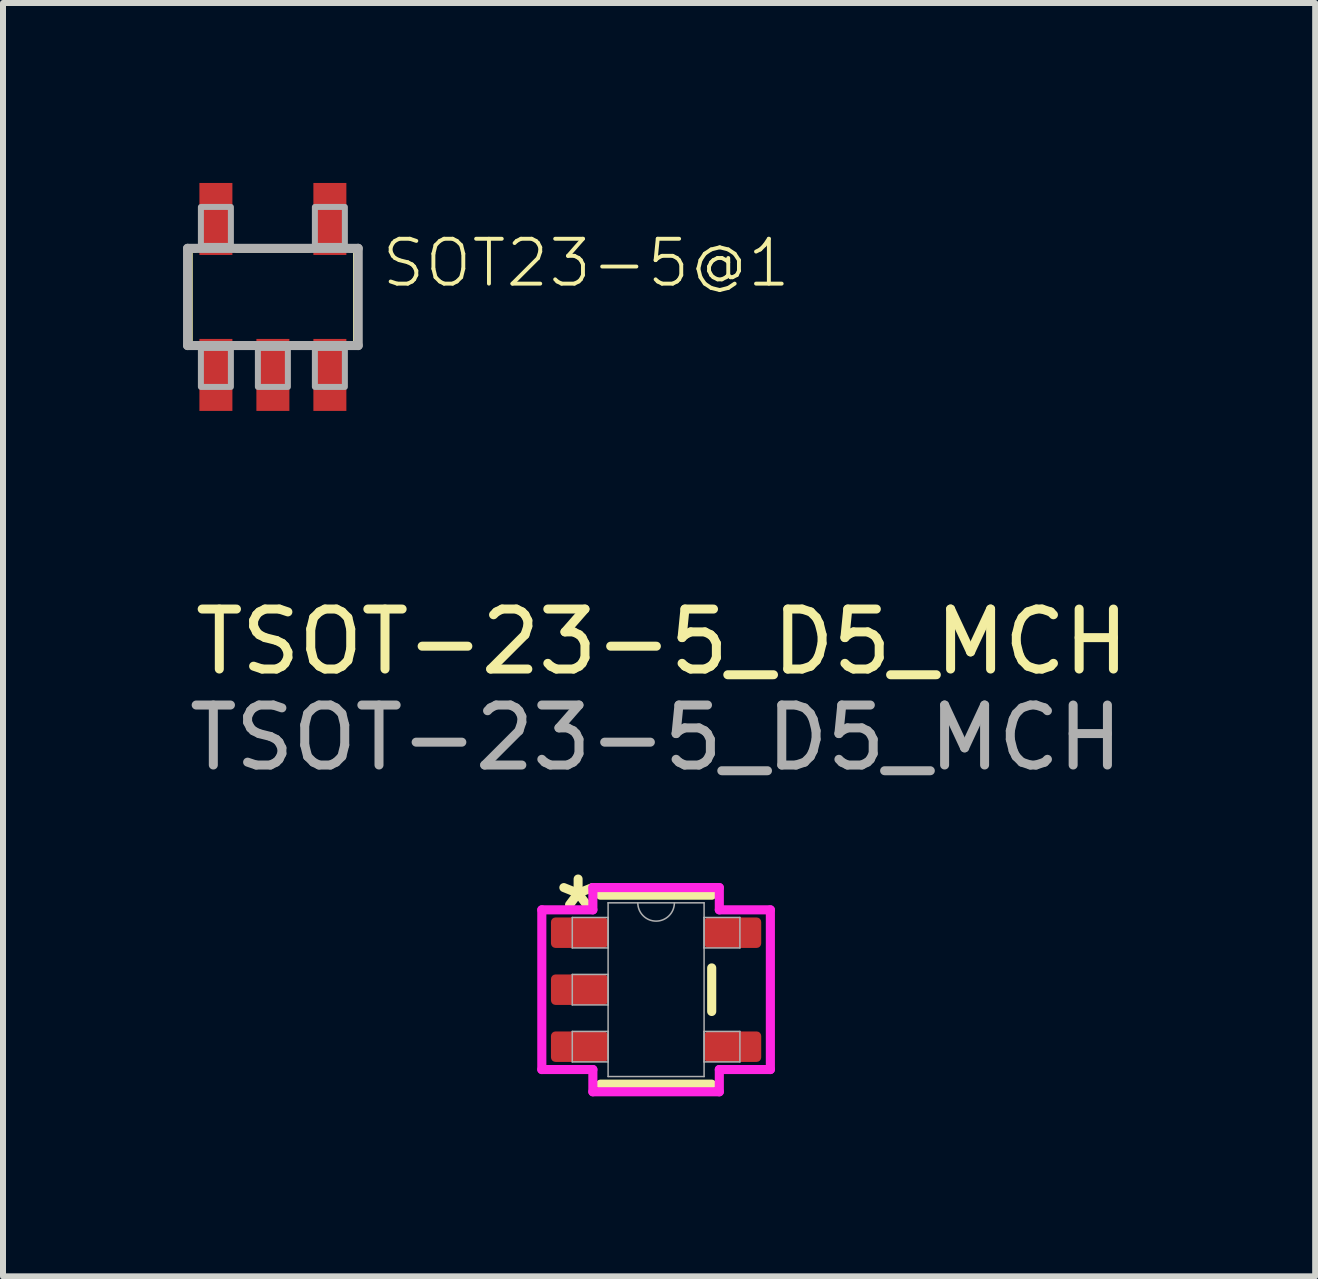
<source format=kicad_pcb>
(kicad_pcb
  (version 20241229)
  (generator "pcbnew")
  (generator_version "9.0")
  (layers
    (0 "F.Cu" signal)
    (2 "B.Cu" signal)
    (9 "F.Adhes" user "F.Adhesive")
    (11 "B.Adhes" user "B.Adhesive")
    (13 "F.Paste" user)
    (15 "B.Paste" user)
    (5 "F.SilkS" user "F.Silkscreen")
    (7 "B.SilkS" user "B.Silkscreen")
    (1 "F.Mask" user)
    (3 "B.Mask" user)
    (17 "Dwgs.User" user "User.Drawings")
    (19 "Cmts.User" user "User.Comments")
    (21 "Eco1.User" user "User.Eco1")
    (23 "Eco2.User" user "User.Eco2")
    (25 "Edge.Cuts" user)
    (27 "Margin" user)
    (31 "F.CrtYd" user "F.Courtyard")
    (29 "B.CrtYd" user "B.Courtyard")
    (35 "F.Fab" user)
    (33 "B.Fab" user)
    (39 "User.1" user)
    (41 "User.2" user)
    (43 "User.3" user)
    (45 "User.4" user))
  (footprint "TSOT-23-5_D5_MCH"
    (layer "F.Cu")
    (at 7.887 13.448)
    (property "Reference" "TSOT-23-5_D5_MCH" (at 0.1 -5.8 0) (unlocked yes) (layer "F.SilkS") (effects (font (size 1 1) (thickness 0.15))))
    (attr smd)
    (fp_line (start -0.927 1.575) (end 0.927 1.575) (stroke (width 0.152) (type solid)) (layer "F.SilkS"))
    (fp_line (start 0.927 -1.575) (end -0.927 -1.575) (stroke (width 0.152) (type solid)) (layer "F.SilkS"))
    (fp_line (start 0.927 0.363) (end 0.927 -0.363) (stroke (width 0.152) (type solid)) (layer "F.SilkS"))
    (fp_line (start -1.905 -1.331) (end -1.054 -1.331) (stroke (width 0.152) (type solid)) (layer "F.CrtYd"))
    (fp_line (start -1.905 1.331) (end -1.905 -1.331) (stroke (width 0.152) (type solid)) (layer "F.CrtYd"))
    (fp_line (start -1.054 -1.702) (end 1.054 -1.702) (stroke (width 0.152) (type solid)) (layer "F.CrtYd"))
    (fp_line (start -1.054 -1.331) (end -1.054 -1.702) (stroke (width 0.152) (type solid)) (layer "F.CrtYd"))
    (fp_line (start -1.054 1.331) (end -1.905 1.331) (stroke (width 0.152) (type solid)) (layer "F.CrtYd"))
    (fp_line (start -1.054 1.702) (end -1.054 1.331) (stroke (width 0.152) (type solid)) (layer "F.CrtYd"))
    (fp_line (start 1.054 -1.702) (end 1.054 -1.331) (stroke (width 0.152) (type solid)) (layer "F.CrtYd"))
    (fp_line (start 1.054 -1.331) (end 1.905 -1.331) (stroke (width 0.152) (type solid)) (layer "F.CrtYd"))
    (fp_line (start 1.054 1.331) (end 1.054 1.702) (stroke (width 0.152) (type solid)) (layer "F.CrtYd"))
    (fp_line (start 1.054 1.702) (end -1.054 1.702) (stroke (width 0.152) (type solid)) (layer "F.CrtYd"))
    (fp_line (start 1.905 -1.331) (end 1.905 1.331) (stroke (width 0.152) (type solid)) (layer "F.CrtYd"))
    (fp_line (start 1.905 1.331) (end 1.054 1.331) (stroke (width 0.152) (type solid)) (layer "F.CrtYd"))
    (fp_line (start -1.397 -1.204) (end -1.397 -0.696) (stroke (width 0.025) (type solid)) (layer "F.Fab"))
    (fp_line (start -1.397 -0.696) (end -0.8 -0.696) (stroke (width 0.025) (type solid)) (layer "F.Fab"))
    (fp_line (start -1.397 -0.254) (end -1.397 0.254) (stroke (width 0.025) (type solid)) (layer "F.Fab"))
    (fp_line (start -1.397 0.254) (end -0.8 0.254) (stroke (width 0.025) (type solid)) (layer "F.Fab"))
    (fp_line (start -1.397 0.696) (end -1.397 1.204) (stroke (width 0.025) (type solid)) (layer "F.Fab"))
    (fp_line (start -1.397 1.204) (end -0.8 1.204) (stroke (width 0.025) (type solid)) (layer "F.Fab"))
    (fp_line (start -0.8 -1.448) (end -0.8 1.448) (stroke (width 0.025) (type solid)) (layer "F.Fab"))
    (fp_line (start -0.8 -1.204) (end -1.397 -1.204) (stroke (width 0.025) (type solid)) (layer "F.Fab"))
    (fp_line (start -0.8 -0.696) (end -0.8 -1.204) (stroke (width 0.025) (type solid)) (layer "F.Fab"))
    (fp_line (start -0.8 -0.254) (end -1.397 -0.254) (stroke (width 0.025) (type solid)) (layer "F.Fab"))
    (fp_line (start -0.8 0.254) (end -0.8 -0.254) (stroke (width 0.025) (type solid)) (layer "F.Fab"))
    (fp_line (start -0.8 0.696) (end -1.397 0.696) (stroke (width 0.025) (type solid)) (layer "F.Fab"))
    (fp_line (start -0.8 1.204) (end -0.8 0.696) (stroke (width 0.025) (type solid)) (layer "F.Fab"))
    (fp_line (start -0.8 1.448) (end 0.8 1.448) (stroke (width 0.025) (type solid)) (layer "F.Fab"))
    (fp_line (start 0.8 -1.448) (end -0.8 -1.448) (stroke (width 0.025) (type solid)) (layer "F.Fab"))
    (fp_line (start 0.8 -1.204) (end 0.8 -0.696) (stroke (width 0.025) (type solid)) (layer "F.Fab"))
    (fp_line (start 0.8 -0.696) (end 1.397 -0.696) (stroke (width 0.025) (type solid)) (layer "F.Fab"))
    (fp_line (start 0.8 0.696) (end 0.8 1.204) (stroke (width 0.025) (type solid)) (layer "F.Fab"))
    (fp_line (start 0.8 1.204) (end 1.397 1.204) (stroke (width 0.025) (type solid)) (layer "F.Fab"))
    (fp_line (start 0.8 1.448) (end 0.8 -1.448) (stroke (width 0.025) (type solid)) (layer "F.Fab"))
    (fp_line (start 1.397 -1.204) (end 0.8 -1.204) (stroke (width 0.025) (type solid)) (layer "F.Fab"))
    (fp_line (start 1.397 -0.696) (end 1.397 -1.204) (stroke (width 0.025) (type solid)) (layer "F.Fab"))
    (fp_line (start 1.397 0.696) (end 0.8 0.696) (stroke (width 0.025) (type solid)) (layer "F.Fab"))
    (fp_line (start 1.397 1.204) (end 1.397 0.696) (stroke (width 0.025) (type solid)) (layer "F.Fab"))
    (fp_arc (start 0.3048 -1.4478) (mid 0 -1.143) (end -0.3048 -1.4478) (stroke (width 0.0254) (type solid)) (layer "F.Fab"))
    (fp_text user "*" (at -1.3 -1.3 0) (unlocked yes) (layer "F.SilkS") (effects (font (size 1 1) (thickness 0.15))))
    (fp_text user "${REFERENCE}" (at 0 -4.2 0) (unlocked yes) (layer "F.Fab") (effects (font (size 1 1) (thickness 0.15))))
    (pad "1" smd roundrect (at -1.276 -0.95) (size 0.953 0.508) (layers "F.Cu" "F.Mask" "F.Paste") (roundrect_rratio 0.15))
    (pad "2" smd roundrect (at -1.276 0) (size 0.953 0.508) (layers "F.Cu" "F.Mask" "F.Paste") (roundrect_rratio 0.15))
    (pad "3" smd roundrect (at -1.276 0.95) (size 0.953 0.508) (layers "F.Cu" "F.Mask" "F.Paste") (roundrect_rratio 0.15))
    (pad "4" smd roundrect (at 1.276 0.95) (size 0.953 0.508) (layers "F.Cu" "F.Mask" "F.Paste") (roundrect_rratio 0.15))
    (pad "5" smd roundrect (at 1.276 -0.95) (size 0.953 0.508) (layers "F.Cu" "F.Mask" "F.Paste") (roundrect_rratio 0.15)))
  (footprint "SOT23-5@1"
    (layer "F.Cu")
    (at 1.499 1.9)
    (property "Reference" "SOT23-5@1" (at 1.778 -0.127 0) (layer "F.SilkS") (effects (font (size 0.748 0.748) (thickness 0.065)) (justify left bottom)))
    (fp_line (start -1.4 -0.8) (end -1.4 0.8) (stroke (width 0.127) (type solid)) (layer "F.SilkS"))
    (fp_line (start -1.4 0.8) (end -1.3 0.8) (stroke (width 0.127) (type solid)) (layer "F.SilkS"))
    (fp_line (start -1.3 -0.8) (end -1.4 -0.8) (stroke (width 0.127) (type solid)) (layer "F.SilkS"))
    (fp_line (start -0.6 -0.8) (end 0.6 -0.8) (stroke (width 0.127) (type solid)) (layer "F.SilkS"))
    (fp_line (start -0.6 0.8) (end -0.4 0.8) (stroke (width 0.127) (type solid)) (layer "F.SilkS"))
    (fp_line (start 0.4 0.8) (end 0.6 0.8) (stroke (width 0.127) (type solid)) (layer "F.SilkS"))
    (fp_line (start 1.3 -0.8) (end 1.4 -0.8) (stroke (width 0.127) (type solid)) (layer "F.SilkS"))
    (fp_line (start 1.4 -0.8) (end 1.4 0.8) (stroke (width 0.127) (type solid)) (layer "F.SilkS"))
    (fp_line (start 1.4 0.8) (end 1.3 0.8) (stroke (width 0.127) (type solid)) (layer "F.SilkS"))
    (fp_line (start -1.422 -0.81) (end 1.422 -0.81) (stroke (width 0.152) (type solid)) (layer "F.Fab"))
    (fp_line (start -1.422 0.81) (end -1.422 -0.81) (stroke (width 0.152) (type solid)) (layer "F.Fab"))
    (fp_line (start 1.422 -0.81) (end 1.422 0.81) (stroke (width 0.152) (type solid)) (layer "F.Fab"))
    (fp_line (start 1.422 0.81) (end -1.422 0.81) (stroke (width 0.152) (type solid)) (layer "F.Fab"))
    (fp_poly (pts (xy -1.2 -0.85) (xy -0.7 -0.85) (xy -0.7 -1.5) (xy -1.2 -1.5)) (stroke (width 0.1) (type default)) (fill no) (layer "F.Fab"))
    (fp_poly (pts (xy -1.2 1.5) (xy -0.7 1.5) (xy -0.7 0.85) (xy -1.2 0.85)) (stroke (width 0.1) (type default)) (fill no) (layer "F.Fab"))
    (fp_poly (pts (xy -0.25 1.5) (xy 0.25 1.5) (xy 0.25 0.85) (xy -0.25 0.85)) (stroke (width 0.1) (type default)) (fill no) (layer "F.Fab"))
    (fp_poly (pts (xy 0.7 -0.85) (xy 1.2 -0.85) (xy 1.2 -1.5) (xy 0.7 -1.5)) (stroke (width 0.1) (type default)) (fill no) (layer "F.Fab"))
    (fp_poly (pts (xy 0.7 1.5) (xy 1.2 1.5) (xy 1.2 0.85) (xy 0.7 0.85)) (stroke (width 0.1) (type default)) (fill no) (layer "F.Fab"))
    (pad "1" smd rect (at -0.95 1.3) (size 0.55 1.2) (layers "F.Cu" "F.Mask" "F.Paste"))
    (pad "2" smd rect (at 0 1.3) (size 0.55 1.2) (layers "F.Cu" "F.Mask" "F.Paste"))
    (pad "3" smd rect (at 0.95 1.3) (size 0.55 1.2) (layers "F.Cu" "F.Mask" "F.Paste"))
    (pad "4" smd rect (at 0.95 -1.3) (size 0.55 1.2) (layers "F.Cu" "F.Mask" "F.Paste"))
    (pad "5" smd rect (at -0.95 -1.3) (size 0.55 1.2) (layers "F.Cu" "F.Mask" "F.Paste")))
  (gr_rect
    (start -3 -3)
    (end 18.874 18.226)
    (stroke (width 0.1) (type default))
    (fill no)
    (layer "Edge.Cuts")))
</source>
